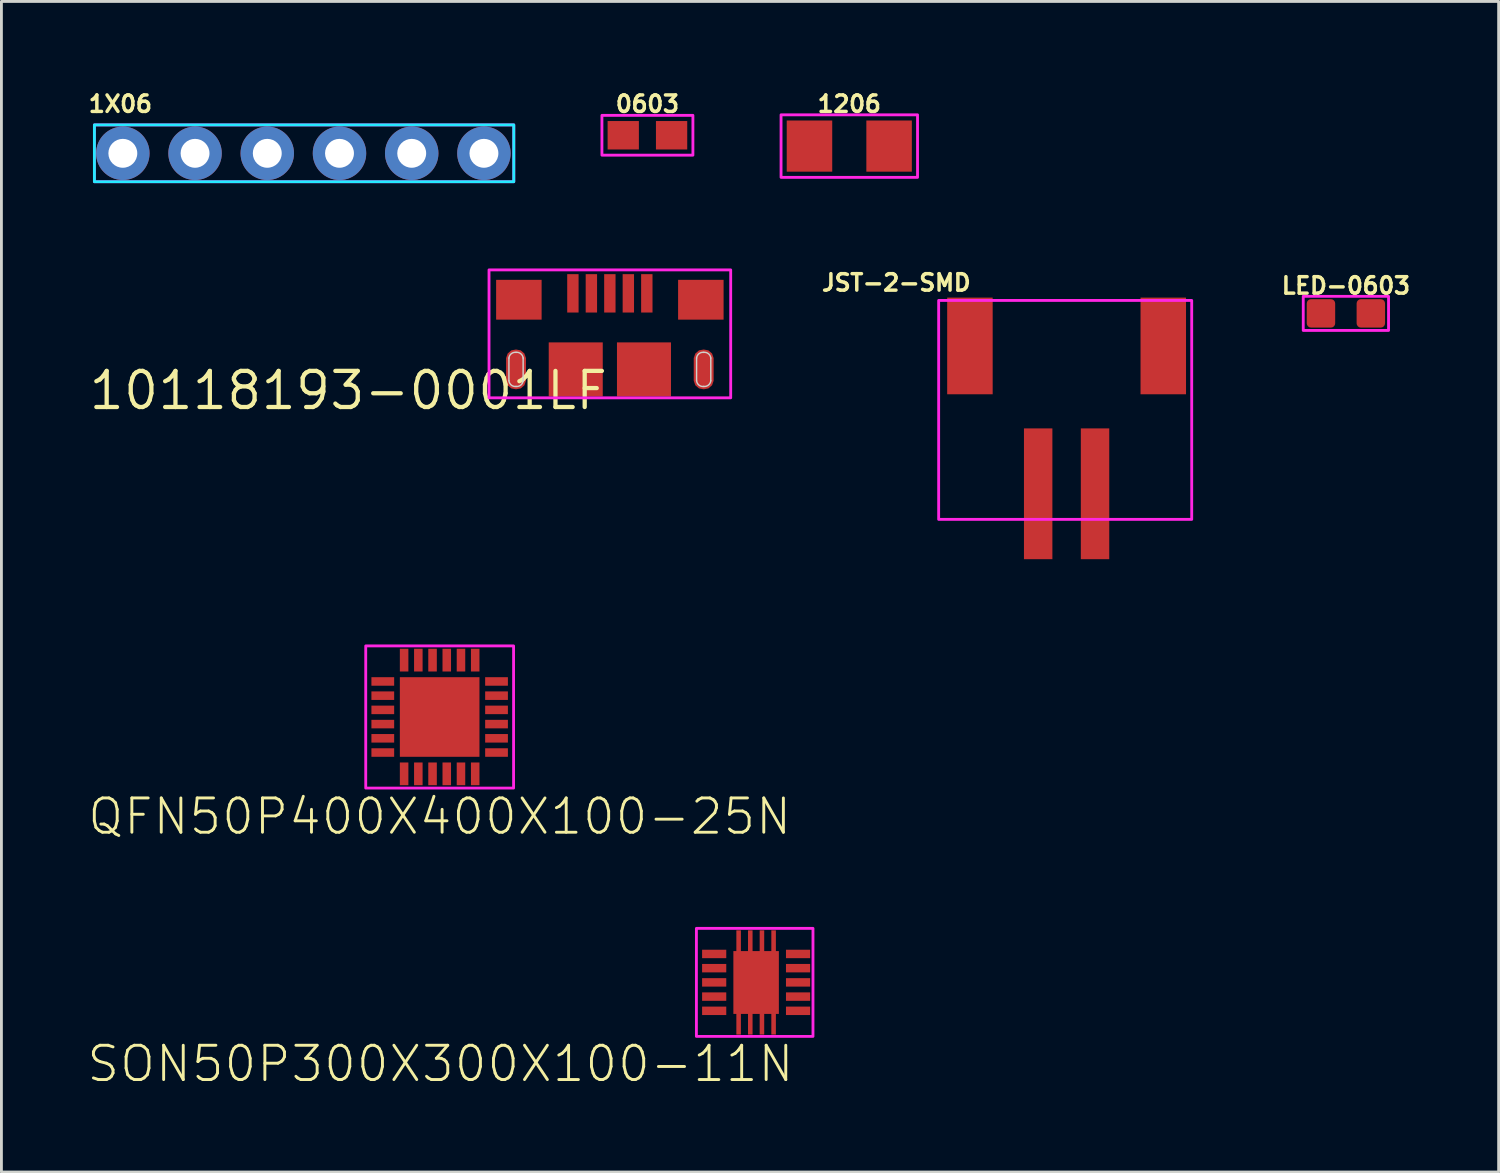
<source format=kicad_pcb>
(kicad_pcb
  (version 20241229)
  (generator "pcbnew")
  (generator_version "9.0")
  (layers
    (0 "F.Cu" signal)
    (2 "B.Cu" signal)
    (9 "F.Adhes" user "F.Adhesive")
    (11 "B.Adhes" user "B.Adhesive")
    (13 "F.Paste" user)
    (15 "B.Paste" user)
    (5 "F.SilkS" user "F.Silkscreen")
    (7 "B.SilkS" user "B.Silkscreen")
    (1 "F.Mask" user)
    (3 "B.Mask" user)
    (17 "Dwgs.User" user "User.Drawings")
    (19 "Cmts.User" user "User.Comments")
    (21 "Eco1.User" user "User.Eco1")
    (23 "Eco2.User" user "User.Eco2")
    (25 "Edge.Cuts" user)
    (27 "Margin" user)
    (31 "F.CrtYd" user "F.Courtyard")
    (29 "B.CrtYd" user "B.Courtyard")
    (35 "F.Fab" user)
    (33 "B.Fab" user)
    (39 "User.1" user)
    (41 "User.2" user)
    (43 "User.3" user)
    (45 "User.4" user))
  (footprint "LED-0603"
    (layer "F.Cu")
    (at 44.286 7.972)
    (property "Reference" "LED-0603" (at 0 -0.635 0) (layer "F.SilkS") (effects (font (size 0.579 0.579) (thickness 0.122)) (justify bottom)))
    (attr through_hole)
    (fp_poly (pts (xy -1.5 -0.6) (xy 1.5 -0.6) (xy 1.5 0.6) (xy -1.5 0.6)) (stroke (width 0.1) (type solid)) (fill no) (layer "F.CrtYd"))
    (pad "A" smd roundrect (at -0.877 0 270) (size 1 1) (layers "F.Cu" "F.Mask" "F.Paste") (roundrect_rratio 0.15))
    (pad "C" smd roundrect (at 0.877 0 270) (size 1 1) (layers "F.Cu" "F.Mask" "F.Paste") (roundrect_rratio 0.15)))
  (footprint "QFN50P400X400X100-25N"
    (layer "F.Cu")
    (at 12.413 22.167)
    (property "Reference" "QFN50P400X400X100-25N" (at 0 3.5 0) (layer "F.SilkS") (effects (font (size 1.206 1.206) (thickness 0.102))))
    (attr through_hole)
    (fp_poly (pts (xy -2.6 -2.5) (xy 2.6 -2.5) (xy 2.6 2.5) (xy -2.6 2.5)) (stroke (width 0.1) (type solid)) (fill no) (layer "F.CrtYd"))
    (pad "1" smd rect (at -2 -1.25) (size 0.8 0.3) (layers "F.Cu" "F.Mask" "F.Paste"))
    (pad "2" smd rect (at -2 -0.75) (size 0.8 0.3) (layers "F.Cu" "F.Mask" "F.Paste"))
    (pad "3" smd rect (at -2 -0.25) (size 0.8 0.3) (layers "F.Cu" "F.Mask" "F.Paste"))
    (pad "4" smd rect (at -2 0.25) (size 0.8 0.3) (layers "F.Cu" "F.Mask" "F.Paste"))
    (pad "5" smd rect (at -2 0.75) (size 0.8 0.3) (layers "F.Cu" "F.Mask" "F.Paste"))
    (pad "6" smd rect (at -2 1.25) (size 0.8 0.3) (layers "F.Cu" "F.Mask" "F.Paste"))
    (pad "7" smd rect (at -1.25 2 90) (size 0.8 0.3) (layers "F.Cu" "F.Mask" "F.Paste"))
    (pad "8" smd rect (at -0.75 2 90) (size 0.8 0.3) (layers "F.Cu" "F.Mask" "F.Paste"))
    (pad "9" smd rect (at -0.25 2 90) (size 0.8 0.3) (layers "F.Cu" "F.Mask" "F.Paste"))
    (pad "10" smd rect (at 0.25 2 90) (size 0.8 0.3) (layers "F.Cu" "F.Mask" "F.Paste"))
    (pad "11" smd rect (at 0.75 2 90) (size 0.8 0.3) (layers "F.Cu" "F.Mask" "F.Paste"))
    (pad "12" smd rect (at 1.25 2 90) (size 0.8 0.3) (layers "F.Cu" "F.Mask" "F.Paste"))
    (pad "13" smd rect (at 2 1.25) (size 0.8 0.3) (layers "F.Cu" "F.Mask" "F.Paste"))
    (pad "14" smd rect (at 2 0.75) (size 0.8 0.3) (layers "F.Cu" "F.Mask" "F.Paste"))
    (pad "15" smd rect (at 2 0.25) (size 0.8 0.3) (layers "F.Cu" "F.Mask" "F.Paste"))
    (pad "16" smd rect (at 2 -0.25) (size 0.8 0.3) (layers "F.Cu" "F.Mask" "F.Paste"))
    (pad "17" smd rect (at 2 -0.75) (size 0.8 0.3) (layers "F.Cu" "F.Mask" "F.Paste"))
    (pad "18" smd rect (at 2 -1.25) (size 0.8 0.3) (layers "F.Cu" "F.Mask" "F.Paste"))
    (pad "19" smd rect (at 1.25 -2 90) (size 0.8 0.3) (layers "F.Cu" "F.Mask" "F.Paste"))
    (pad "20" smd rect (at 0.75 -2 90) (size 0.8 0.3) (layers "F.Cu" "F.Mask" "F.Paste"))
    (pad "21" smd rect (at 0.25 -2 90) (size 0.8 0.3) (layers "F.Cu" "F.Mask" "F.Paste"))
    (pad "22" smd rect (at -0.25 -2 90) (size 0.8 0.3) (layers "F.Cu" "F.Mask" "F.Paste"))
    (pad "23" smd rect (at -0.75 -2 90) (size 0.8 0.3) (layers "F.Cu" "F.Mask" "F.Paste"))
    (pad "24" smd rect (at -1.25 -2 90) (size 0.8 0.3) (layers "F.Cu" "F.Mask" "F.Paste"))
    (pad "25" smd rect (at 0 0 90) (size 2.8 2.8) (layers "F.Cu" "F.Mask" "F.Paste")))
  (footprint "0603"
    (layer "F.Cu")
    (at 19.72 1.707)
    (property "Reference" "0603" (at 0 -0.762 0) (layer "F.SilkS") (effects (font (size 0.579 0.579) (thickness 0.122)) (justify bottom)))
    (attr through_hole)
    (fp_poly (pts (xy -1.6 -0.7) (xy 1.6 -0.7) (xy 1.6 0.7) (xy -1.6 0.7)) (stroke (width 0.1) (type solid)) (fill no) (layer "F.CrtYd"))
    (pad "1" smd rect (at -0.85 0) (size 1.1 1) (layers "F.Cu" "F.Mask" "F.Paste"))
    (pad "2" smd rect (at 0.85 0) (size 1.1 1) (layers "F.Cu" "F.Mask" "F.Paste")))
  (footprint "JST-2-SMD"
    (layer "F.Cu")
    (at 34.463 10.617)
    (property "Reference" "JST-2-SMD" (at -3.302 -4.064 0) (layer "F.SilkS") (effects (font (size 0.579 0.579) (thickness 0.122)) (justify right top)))
    (attr through_hole)
    (fp_poly (pts (xy -4.5 -3.1) (xy 4.4 -3.1) (xy 4.4 4.6) (xy -4.5 4.6)) (stroke (width 0.1) (type solid)) (fill no) (layer "F.CrtYd"))
    (pad "1" smd rect (at -1 3.7) (size 1 4.6) (layers "F.Cu" "F.Mask" "F.Paste"))
    (pad "2" smd rect (at 1 3.7) (size 1 4.6) (layers "F.Cu" "F.Mask" "F.Paste"))
    (pad "NC1" smd rect (at -3.4 -1.5 90) (size 3.4 1.6) (layers "F.Cu" "F.Mask" "F.Paste"))
    (pad "NC2" smd rect (at 3.4 -1.5 90) (size 3.4 1.6) (layers "F.Cu" "F.Mask" "F.Paste")))
  (footprint "10118193-0001LF"
    (layer "F.Cu")
    (at 18.399 9.942)
    (property "Reference" "10118193-0001LF" (at 0 0 0) (layer "F.SilkS") (effects (font (size 1.27 1.27) (thickness 0.15)) (justify right top)))
    (attr through_hole)
    (fp_poly (pts (xy -3.65 -0.4) (xy -3.65 0.4) (xy -3.594 0.559) (xy -3.466 0.669) (xy -3.3 0.7) (xy -3.134 0.669) (xy -3.006 0.559) (xy -2.95 0.4) (xy -2.95 -0.4) (xy -3.006 -0.559) (xy -3.134 -0.669) (xy -3.3 -0.7) (xy -3.466 -0.669) (xy -3.594 -0.559)) (stroke (width 0) (type solid)) (fill yes) (layer "F.Cu"))
    (fp_poly (pts (xy 2.95 -0.4) (xy 2.95 0.4) (xy 3.006 0.559) (xy 3.134 0.669) (xy 3.3 0.7) (xy 3.466 0.669) (xy 3.594 0.559) (xy 3.65 0.4) (xy 3.65 -0.4) (xy 3.594 -0.559) (xy 3.466 -0.669) (xy 3.3 -0.7) (xy 3.134 -0.669) (xy 3.006 -0.559)) (stroke (width 0) (type solid)) (fill yes) (layer "F.Cu"))
    (fp_poly (pts (xy 2.9 -0.4) (xy 2.9 0.45) (xy 2.946 0.58) (xy 3.038 0.683) (xy 3.3 0.75) (xy 3.445 0.731) (xy 3.572 0.658) (xy 3.7 0.4) (xy 3.7 -0.45) (xy 3.654 -0.58) (xy 3.562 -0.683) (xy 3.3 -0.75) (xy 3.155 -0.731) (xy 3.028 -0.658)) (stroke (width 0) (type solid)) (fill yes) (layer "F.Mask"))
    (fp_poly (pts (xy -3.7 -0.45) (xy -3.7 0.4) (xy -3.662 0.542) (xy -3.572 0.658) (xy -3.3 0.75) (xy -3.162 0.742) (xy -3.038 0.683) (xy -2.946 0.58) (xy -2.9 0.45) (xy -2.9 -0.4) (xy -2.938 -0.542) (xy -3.028 -0.658) (xy -3.3 -0.75) (xy -3.438 -0.742) (xy -3.562 -0.683)) (stroke (width 0) (type solid)) (fill yes) (layer "F.Mask"))
    (fp_poly (pts (xy -3.65 -0.4) (xy -3.65 0.4) (xy -3.594 0.559) (xy -3.466 0.669) (xy -3.3 0.7) (xy -3.134 0.669) (xy -3.006 0.559) (xy -2.95 0.4) (xy -2.95 -0.4) (xy -3.006 -0.559) (xy -3.134 -0.669) (xy -3.3 -0.7) (xy -3.466 -0.669) (xy -3.594 -0.559)) (stroke (width 0) (type solid)) (fill yes) (layer "F.Paste"))
    (fp_poly (pts (xy 2.95 -0.4) (xy 2.95 0.4) (xy 3.006 0.559) (xy 3.134 0.669) (xy 3.3 0.7) (xy 3.466 0.669) (xy 3.594 0.559) (xy 3.65 0.4) (xy 3.65 -0.4) (xy 3.594 -0.559) (xy 3.466 -0.669) (xy 3.3 -0.7) (xy 3.134 -0.669) (xy 3.006 -0.559)) (stroke (width 0) (type solid)) (fill yes) (layer "F.Paste"))
    (fp_line (start -3.55 0.4) (end -3.55 -0.4) (stroke (width 0.05) (type solid)) (layer "Edge.Cuts"))
    (fp_line (start -3.05 -0.4) (end -3.05 0.4) (stroke (width 0.05) (type solid)) (layer "Edge.Cuts"))
    (fp_line (start 3.05 0.4) (end 3.05 -0.4) (stroke (width 0.05) (type solid)) (layer "Edge.Cuts"))
    (fp_line (start 3.55 -0.4) (end 3.55 0.4) (stroke (width 0.05) (type solid)) (layer "Edge.Cuts"))
    (fp_arc (start -3.55 -0.4) (mid -3.466421 -0.551777) (end -3.3 -0.6) (stroke (width 0.05) (type solid)) (layer "Edge.Cuts"))
    (fp_arc (start -3.3 -0.6) (mid -3.133579 -0.551777) (end -3.05 -0.4) (stroke (width 0.05) (type solid)) (layer "Edge.Cuts"))
    (fp_arc (start -3.3 0.6) (mid -3.466421 0.551777) (end -3.55 0.4) (stroke (width 0.05) (type solid)) (layer "Edge.Cuts"))
    (fp_arc (start -3.05 0.4) (mid -3.133579 0.551777) (end -3.3 0.6) (stroke (width 0.05) (type solid)) (layer "Edge.Cuts"))
    (fp_arc (start 3.05 -0.4) (mid 3.133579 -0.551777) (end 3.3 -0.6) (stroke (width 0.05) (type solid)) (layer "Edge.Cuts"))
    (fp_arc (start 3.3 -0.6) (mid 3.466421 -0.551777) (end 3.55 -0.4) (stroke (width 0.05) (type solid)) (layer "Edge.Cuts"))
    (fp_arc (start 3.3 0.6) (mid 3.133579 0.551777) (end 3.05 0.4) (stroke (width 0.05) (type solid)) (layer "Edge.Cuts"))
    (fp_arc (start 3.55 0.4) (mid 3.466421 0.551777) (end 3.3 0.6) (stroke (width 0.05) (type solid)) (layer "Edge.Cuts"))
    (fp_poly (pts (xy -4.25 -3.5) (xy 4.25 -3.5) (xy 4.25 1) (xy -4.25 1)) (stroke (width 0.1) (type solid)) (fill no) (layer "F.CrtYd"))
    (pad "D+" smd rect (at 0 -2.675) (size 0.4 1.35) (layers "F.Cu" "F.Mask" "F.Paste"))
    (pad "D-" smd rect (at -0.65 -2.675) (size 0.4 1.35) (layers "F.Cu" "F.Mask" "F.Paste"))
    (pad "GND" smd rect (at 1.3 -2.675) (size 0.4 1.35) (layers "F.Cu" "F.Mask" "F.Paste"))
    (pad "ID" smd rect (at 0.65 -2.675) (size 0.4 1.35) (layers "F.Cu" "F.Mask" "F.Paste"))
    (pad "SHIELD$1" smd rect (at -3.2 -2.45) (size 1.6 1.4) (layers "F.Cu" "F.Mask" "F.Paste"))
    (pad "SHIELD$2" smd rect (at 3.2 -2.45) (size 1.6 1.4) (layers "F.Cu" "F.Mask" "F.Paste"))
    (pad "SHIELD$3" smd rect (at -1.2 0) (size 1.9 1.9) (layers "F.Cu" "F.Mask" "F.Paste"))
    (pad "SHIELD$4" smd rect (at 1.2 0) (size 1.9 1.9) (layers "F.Cu" "F.Mask" "F.Paste"))
    (pad "VCC" smd rect (at -1.3 -2.675) (size 0.4 1.35) (layers "F.Cu" "F.Mask" "F.Paste")))
  (footprint "1X06"
    (layer "F.Cu")
    (at 1.27 2.342)
    (property "Reference" "1X06" (at -1.27 -1.397 0) (layer "F.SilkS") (effects (font (size 0.579 0.579) (thickness 0.122)) (justify left bottom)))
    (attr through_hole)
    (fp_poly (pts (xy -1 -1) (xy 13.75 -1) (xy 13.75 1) (xy -1 1)) (stroke (width 0.1) (type solid)) (fill no) (layer "B.CrtYd"))
    (fp_poly (pts (xy -1 -1) (xy 13.75 -1) (xy 13.75 1) (xy -1 1)) (stroke (width 0.1) (type solid)) (fill no) (layer "F.CrtYd"))
    (pad "1" thru_hole circle (at 0 0 90) (size 1.88 1.88) (drill 1.016) (layers "*.Cu" "*.Mask"))
    (pad "2" thru_hole circle (at 2.54 0 90) (size 1.88 1.88) (drill 1.016) (layers "*.Cu" "*.Mask"))
    (pad "3" thru_hole circle (at 5.08 0 90) (size 1.88 1.88) (drill 1.016) (layers "*.Cu" "*.Mask"))
    (pad "4" thru_hole circle (at 7.62 0 90) (size 1.88 1.88) (drill 1.016) (layers "*.Cu" "*.Mask"))
    (pad "5" thru_hole circle (at 10.16 0 90) (size 1.88 1.88) (drill 1.016) (layers "*.Cu" "*.Mask"))
    (pad "6" thru_hole circle (at 12.7 0 90) (size 1.88 1.88) (drill 1.016) (layers "*.Cu" "*.Mask")))
  (footprint "1206"
    (layer "F.Cu")
    (at 26.82 2.088)
    (property "Reference" "1206" (at 0 -1.143 0) (layer "F.SilkS") (effects (font (size 0.579 0.579) (thickness 0.122)) (justify bottom)))
    (attr through_hole)
    (fp_poly (pts (xy -2.4 -1.1) (xy 2.4 -1.1) (xy 2.4 1.1) (xy -2.4 1.1)) (stroke (width 0.1) (type solid)) (fill no) (layer "F.CrtYd"))
    (pad "1" smd rect (at -1.4 0) (size 1.6 1.8) (layers "F.Cu" "F.Mask" "F.Paste"))
    (pad "2" smd rect (at 1.4 0) (size 1.6 1.8) (layers "F.Cu" "F.Mask" "F.Paste")))
  (footprint "SON50P300X300X100-11N"
    (layer "F.Cu")
    (at 23.543 31.501)
    (property "Reference" "SON50P300X300X100-11N" (at 1.397 2.159 0) (layer "F.SilkS") (effects (font (size 1.206 1.206) (thickness 0.102)) (justify right top)))
    (attr through_hole)
    (fp_poly (pts (xy -1.88 -0.625) (xy -1.88 -0.376) (xy -1.074 -0.376) (xy -1.074 -0.625)) (stroke (width 0) (type solid)) (fill yes) (layer "F.Paste"))
    (fp_poly (pts (xy -1.877 -1.125) (xy -1.877 -0.876) (xy -1.072 -0.876) (xy -1.072 -1.125)) (stroke (width 0) (type solid)) (fill yes) (layer "F.Paste"))
    (fp_poly (pts (xy -1.877 0.876) (xy -1.877 1.125) (xy -1.072 1.125) (xy -1.072 0.876)) (stroke (width 0) (type solid)) (fill yes) (layer "F.Paste"))
    (fp_poly (pts (xy -1.877 -0.124) (xy -1.877 0.124) (xy -1.072 0.124) (xy -1.072 -0.124)) (stroke (width 0) (type solid)) (fill yes) (layer "F.Paste"))
    (fp_poly (pts (xy -1.872 0.376) (xy -1.872 0.625) (xy -1.067 0.625) (xy -1.067 0.376)) (stroke (width 0) (type solid)) (fill yes) (layer "F.Paste"))
    (fp_poly (pts (xy 1.069 -0.124) (xy 1.069 0.124) (xy 1.875 0.124) (xy 1.875 -0.124)) (stroke (width 0) (type solid)) (fill yes) (layer "F.Paste"))
    (fp_poly (pts (xy 1.072 -0.625) (xy 1.072 -0.376) (xy 1.877 -0.376) (xy 1.877 -0.625)) (stroke (width 0) (type solid)) (fill yes) (layer "F.Paste"))
    (fp_poly (pts (xy 1.072 -0.625) (xy 1.072 -0.376) (xy 1.877 -0.376) (xy 1.877 -0.625)) (stroke (width 0) (type solid)) (fill yes) (layer "F.Paste"))
    (fp_poly (pts (xy 1.072 0.376) (xy 1.072 0.625) (xy 1.877 0.625) (xy 1.877 0.376)) (stroke (width 0) (type solid)) (fill yes) (layer "F.Paste"))
    (fp_poly (pts (xy 1.074 -1.125) (xy 1.074 -0.876) (xy 1.88 -0.876) (xy 1.88 -1.125)) (stroke (width 0) (type solid)) (fill yes) (layer "F.Paste"))
    (fp_poly (pts (xy 1.074 0.879) (xy 1.074 1.128) (xy 1.88 1.128) (xy 1.88 0.879)) (stroke (width 0) (type solid)) (fill yes) (layer "F.Paste"))
    (fp_poly (pts (xy -2.1 -1.9) (xy 2 -1.9) (xy 2 1.9) (xy -2.1 1.9)) (stroke (width 0.1) (type solid)) (fill no) (layer "F.CrtYd"))
    (pad "1" smd rect (at -1.475 -1) (size 0.85 0.297) (layers "F.Cu" "F.Mask"))
    (pad "2" smd rect (at -1.475 -0.5) (size 0.85 0.297) (layers "F.Cu" "F.Mask"))
    (pad "3" smd rect (at -1.475 0) (size 0.85 0.297) (layers "F.Cu" "F.Mask"))
    (pad "4" smd rect (at -1.475 0.5) (size 0.85 0.297) (layers "F.Cu" "F.Mask"))
    (pad "5" smd rect (at -1.475 1) (size 0.85 0.297) (layers "F.Cu" "F.Mask"))
    (pad "6" smd rect (at 1.475 1) (size 0.85 0.297) (layers "F.Cu" "F.Mask"))
    (pad "7" smd rect (at 1.475 0.5) (size 0.85 0.297) (layers "F.Cu" "F.Mask"))
    (pad "8" smd rect (at 1.475 0) (size 0.85 0.297) (layers "F.Cu" "F.Mask"))
    (pad "9" smd rect (at 1.475 -0.5) (size 0.85 0.297) (layers "F.Cu" "F.Mask"))
    (pad "10" smd rect (at 1.475 -1) (size 0.85 0.297) (layers "F.Cu" "F.Mask"))
    (pad "GND@1" smd rect (at -0.615 -1.45) (size 0.16 0.762) (layers "F.Cu" "F.Mask" "F.Paste"))
    (pad "GND@2" smd rect (at -0.205 -1.45) (size 0.16 0.762) (layers "F.Cu" "F.Mask" "F.Paste"))
    (pad "GND@3" smd rect (at 0.205 -1.45) (size 0.16 0.762) (layers "F.Cu" "F.Mask" "F.Paste"))
    (pad "GND@4" smd rect (at 0.615 -1.45) (size 0.16 0.762) (layers "F.Cu" "F.Mask" "F.Paste"))
    (pad "GND@5" smd rect (at -0.615 1.455) (size 0.16 0.762) (layers "F.Cu" "F.Mask" "F.Paste"))
    (pad "GND@6" smd rect (at -0.205 1.455) (size 0.16 0.762) (layers "F.Cu" "F.Mask" "F.Paste"))
    (pad "GND@7" smd rect (at 0.205 1.455) (size 0.16 0.762) (layers "F.Cu" "F.Mask" "F.Paste"))
    (pad "GND@8" smd rect (at 0.615 1.455) (size 0.16 0.762) (layers "F.Cu" "F.Mask" "F.Paste"))
    (pad "GND@9" smd rect (at 0 0.004) (size 1.6 2.21) (layers "F.Cu" "F.Mask" "F.Paste")))
  (gr_rect
    (start -3 -3)
    (end 49.658 38.171)
    (stroke (width 0.1) (type default))
    (fill no)
    (layer "Edge.Cuts")))
</source>
